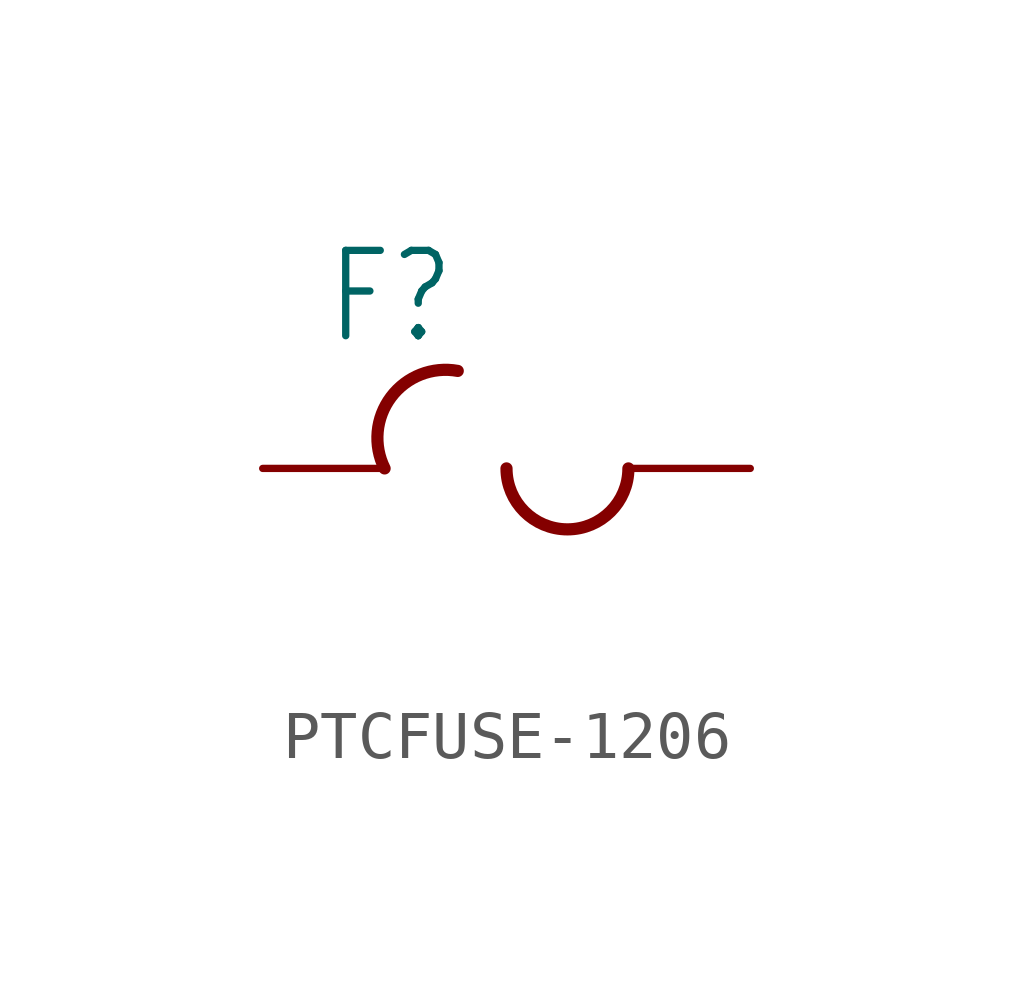
<source format=kicad_sym>
(kicad_symbol_lib
  (version 20241209)
  (generator "kicad_symbol_editor")
  (generator_version "9.0")
  (symbol "PTCFUSE-1206"
    (property "Reference" "F"
      (at -3.81 5.08 0)
      (effects (font (size 1.778 1.511)) (justify left bottom)))
    (property "Value" ""
      (at -3.81 -1.27 0)
      (effects (font (size 1.778 1.511)) (justify left bottom)))
    (property "ki_locked" ""
      (at 0 0 0)
      (effects (font (size 1.27 1.27))))
    (symbol "PTCFUSE-1206_1_0"
      (arc (start -2.54 2.54) (mid -2.4058 4.0269) (end -1.0159 4.5718) (stroke (width 0.254) (type solid)) (fill (type none)))
      (arc (start 2.54 2.54) (mid 1.27 1.27) (end 0 2.54) (stroke (width 0.254) (type solid)) (fill (type none)))
      (pin passive line (at -5.08 2.54 0) (length 2.54) (name "1" (effects (font (size 0 0)))) (number "1" (effects (font (size 0 0)))))
      (pin passive line (at 5.08 2.54 180) (length 2.54) (name "2" (effects (font (size 0 0)))) (number "2" (effects (font (size 0 0))))))))
</source>
